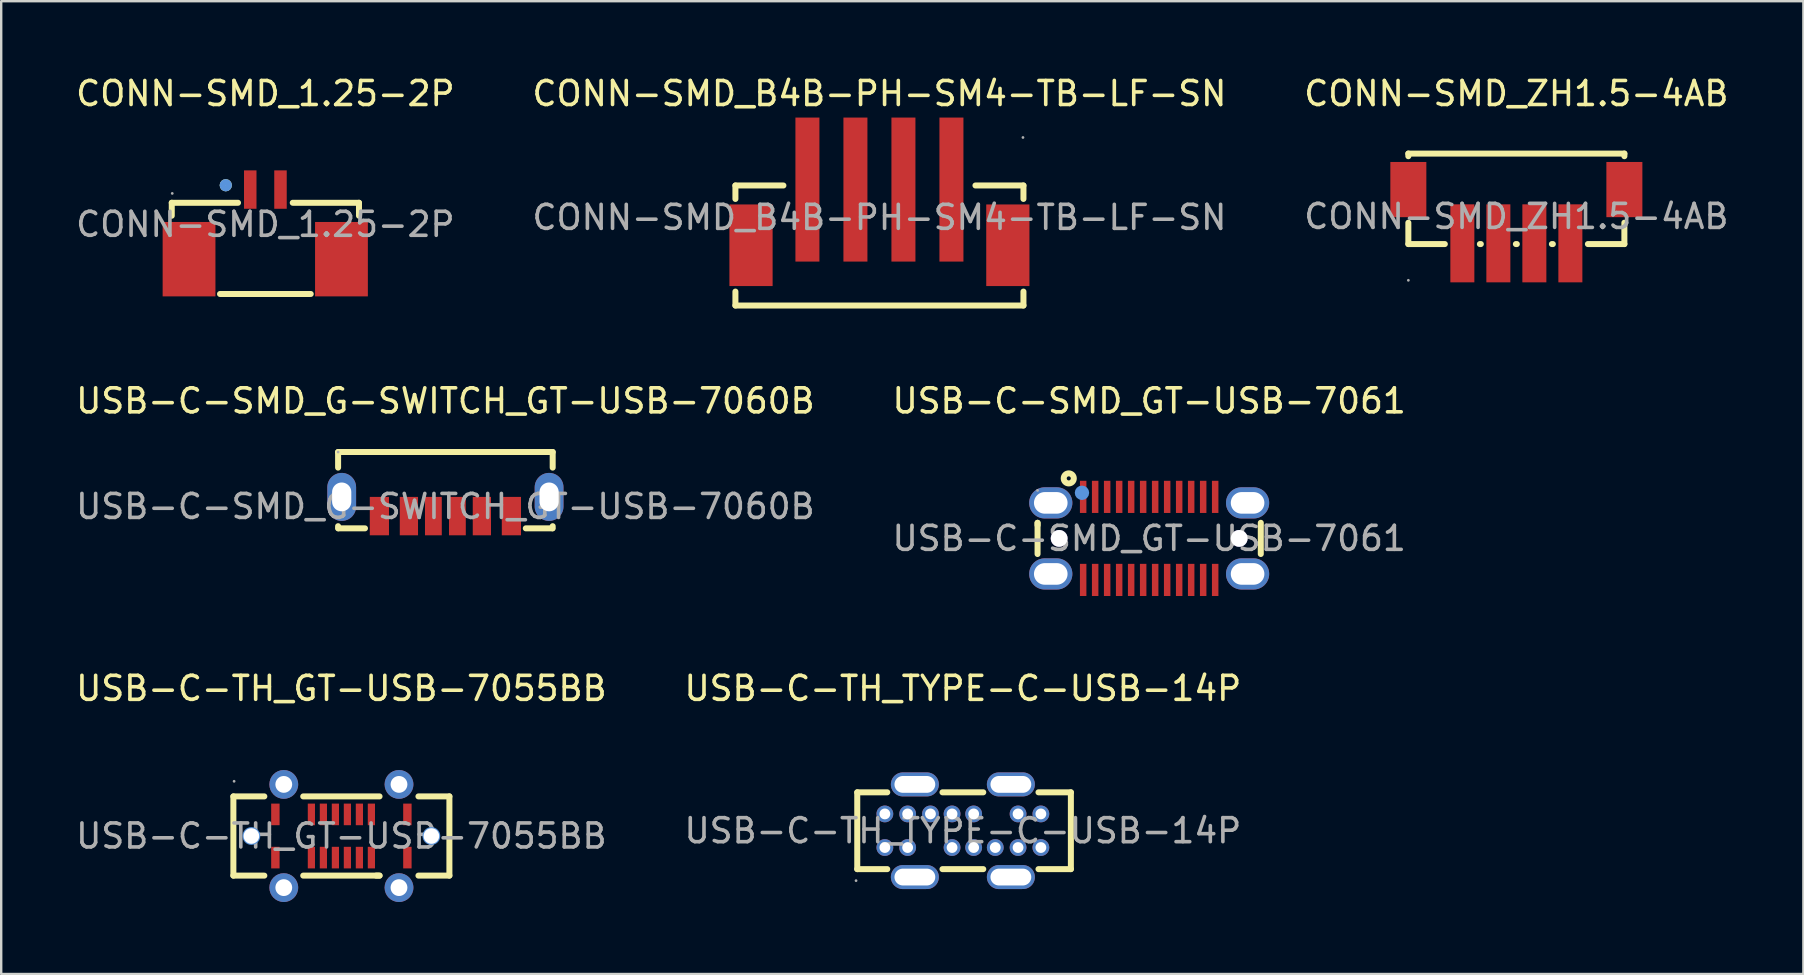
<source format=kicad_pcb>
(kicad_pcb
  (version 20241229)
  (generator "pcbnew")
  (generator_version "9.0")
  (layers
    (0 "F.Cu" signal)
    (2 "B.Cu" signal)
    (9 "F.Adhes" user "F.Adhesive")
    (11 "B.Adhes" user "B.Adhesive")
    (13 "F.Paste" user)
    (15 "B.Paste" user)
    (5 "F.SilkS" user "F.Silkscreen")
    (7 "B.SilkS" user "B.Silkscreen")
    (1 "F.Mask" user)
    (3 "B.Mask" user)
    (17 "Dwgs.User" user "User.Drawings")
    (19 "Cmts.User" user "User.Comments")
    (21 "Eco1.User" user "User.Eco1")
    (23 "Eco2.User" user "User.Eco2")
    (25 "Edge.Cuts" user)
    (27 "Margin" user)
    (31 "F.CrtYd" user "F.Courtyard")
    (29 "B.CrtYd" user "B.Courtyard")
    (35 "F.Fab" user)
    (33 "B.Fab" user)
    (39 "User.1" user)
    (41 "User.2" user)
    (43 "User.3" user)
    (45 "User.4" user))
  (footprint "USB-C-SMD_G-SWITCH_GT-USB-7060B"
    (layer "F.Cu")
    (at 15.506 18.052)
    (property "Reference" "USB-C-SMD_G-SWITCH_GT-USB-7060B" (at 0 -4.4 0) (layer "F.SilkS") (effects (font (size 1 1) (thickness 0.15))))
    (attr smd)
    (fp_line (start -4.47 -2.27) (end -4.47 -1.62) (stroke (width 0.25) (type solid)) (layer "F.SilkS"))
    (fp_line (start -4.47 -2.27) (end 4.47 -2.27) (stroke (width 0.25) (type solid)) (layer "F.SilkS"))
    (fp_line (start -4.47 0.82) (end -4.47 0.91) (stroke (width 0.25) (type solid)) (layer "F.SilkS"))
    (fp_line (start -3.35 0.91) (end -4.45 0.91) (stroke (width 0.25) (type solid)) (layer "F.SilkS"))
    (fp_line (start 4.45 0.91) (end 3.35 0.91) (stroke (width 0.25) (type solid)) (layer "F.SilkS"))
    (fp_line (start 4.47 -2.27) (end 4.47 -1.62) (stroke (width 0.25) (type solid)) (layer "F.SilkS"))
    (fp_line (start 4.47 0.82) (end 4.47 0.91) (stroke (width 0.25) (type solid)) (layer "F.SilkS"))
    (fp_circle (center -4.47 -2.27) (end -4.44 -2.27) (stroke (width 0.06) (type solid)) (fill no) (layer "F.Fab"))
    (fp_text user "${REFERENCE}" (at 0 0 0) (layer "F.Fab") (effects (font (size 1 1) (thickness 0.15))))
    (pad "7" thru_hole oval (at -4.32 -0.4) (size 1.2 2) (drill oval 0.8 1.2) (layers "*.Cu" "*.Mask"))
    (pad "8" thru_hole oval (at 4.32 -0.4) (size 1.2 2) (drill oval 0.8 1.2) (layers "*.Cu" "*.Mask"))
    (pad "A5" smd rect (at -0.5 0.4) (size 0.7 1.6) (layers "F.Cu" "F.Mask" "F.Paste"))
    (pad "A9" smd rect (at 1.52 0.4) (size 0.76 1.6) (layers "F.Cu" "F.Mask" "F.Paste"))
    (pad "A12" smd rect (at 2.75 0.4) (size 0.8 1.6) (layers "F.Cu" "F.Mask" "F.Paste"))
    (pad "B5" smd rect (at 0.5 0.4) (size 0.7 1.6) (layers "F.Cu" "F.Mask" "F.Paste"))
    (pad "B9" smd rect (at -1.52 0.4) (size 0.76 1.6) (layers "F.Cu" "F.Mask" "F.Paste"))
    (pad "B12" smd rect (at -2.75 0.4) (size 0.8 1.6) (layers "F.Cu" "F.Mask" "F.Paste")))
  (footprint "USB-C-SMD_GT-USB-7061"
    (layer "F.Cu")
    (at 44.827 19.381)
    (property "Reference" "USB-C-SMD_GT-USB-7061" (at 0 -5.73 0) (layer "F.SilkS") (effects (font (size 1 1) (thickness 0.15))))
    (attr smd)
    (fp_line (start -4.65 -0.65) (end -4.65 0.65) (stroke (width 0.25) (type solid)) (layer "F.SilkS"))
    (fp_line (start -4.65 -0.55) (end -4.65 -0.65) (stroke (width 0.25) (type solid)) (layer "F.SilkS"))
    (fp_line (start 4.65 0.65) (end 4.65 -0.65) (stroke (width 0.25) (type solid)) (layer "F.SilkS"))
    (fp_circle (center -3.35 -2.5) (end -3.14 -2.5) (stroke (width 0.25) (type solid)) (fill no) (layer "F.SilkS"))
    (fp_circle (center -3.75 0) (end -3.62 0) (stroke (width 0.26) (type solid)) (fill no) (layer "Cmts.User"))
    (fp_circle (center -2.8 -1.9) (end -2.65 -1.9) (stroke (width 0.3) (type solid)) (fill no) (layer "Cmts.User"))
    (fp_circle (center 3.75 0) (end 3.88 0) (stroke (width 0.26) (type solid)) (fill no) (layer "Cmts.User"))
    (fp_circle (center -4.65 -2) (end -4.62 -2) (stroke (width 0.06) (type solid)) (fill no) (layer "F.Fab"))
    (fp_text user "${REFERENCE}" (at 0 0 0) (layer "F.Fab") (effects (font (size 1 1) (thickness 0.15))))
    (pad "" thru_hole circle (at -3.75 0) (size 0.7 0.7) (drill 0.7) (layers "*.Cu" "*.Mask"))
    (pad "" thru_hole circle (at 3.75 0) (size 0.7 0.7) (drill 0.7) (layers "*.Cu" "*.Mask"))
    (pad "25" thru_hole oval (at 4.1 1.48 90) (size 1.3 1.8) (drill oval 0.9 1.4) (layers "*.Cu" "*.Mask"))
    (pad "26" thru_hole oval (at 4.1 -1.48 90) (size 1.3 1.8) (drill oval 0.9 1.4) (layers "*.Cu" "*.Mask"))
    (pad "27" thru_hole oval (at -4.1 -1.48 90) (size 1.3 1.8) (drill oval 0.9 1.4) (layers "*.Cu" "*.Mask"))
    (pad "28" thru_hole oval (at -4.1 1.48 90) (size 1.3 1.8) (drill oval 0.9 1.4) (layers "*.Cu" "*.Mask"))
    (pad "A1" smd rect (at -2.75 -1.73) (size 0.27 1.34) (layers "F.Cu" "F.Mask" "F.Paste"))
    (pad "A2" smd rect (at -2.25 -1.73) (size 0.27 1.34) (layers "F.Cu" "F.Mask" "F.Paste"))
    (pad "A3" smd rect (at -1.75 -1.73) (size 0.27 1.34) (layers "F.Cu" "F.Mask" "F.Paste"))
    (pad "A4" smd rect (at -1.25 -1.73) (size 0.27 1.34) (layers "F.Cu" "F.Mask" "F.Paste"))
    (pad "A5" smd rect (at -0.75 -1.73) (size 0.27 1.34) (layers "F.Cu" "F.Mask" "F.Paste"))
    (pad "A6" smd rect (at -0.25 -1.73) (size 0.27 1.34) (layers "F.Cu" "F.Mask" "F.Paste"))
    (pad "A7" smd rect (at 0.25 -1.73) (size 0.27 1.34) (layers "F.Cu" "F.Mask" "F.Paste"))
    (pad "A8" smd rect (at 0.75 -1.73) (size 0.27 1.34) (layers "F.Cu" "F.Mask" "F.Paste"))
    (pad "A9" smd rect (at 1.25 -1.73) (size 0.27 1.34) (layers "F.Cu" "F.Mask" "F.Paste"))
    (pad "A10" smd rect (at 1.75 -1.73) (size 0.27 1.34) (layers "F.Cu" "F.Mask" "F.Paste"))
    (pad "A11" smd rect (at 2.25 -1.73) (size 0.27 1.34) (layers "F.Cu" "F.Mask" "F.Paste"))
    (pad "A12" smd rect (at 2.75 -1.73) (size 0.27 1.34) (layers "F.Cu" "F.Mask" "F.Paste"))
    (pad "B1" smd rect (at 2.75 1.73) (size 0.27 1.34) (layers "F.Cu" "F.Mask" "F.Paste"))
    (pad "B2" smd rect (at 2.25 1.73) (size 0.27 1.34) (layers "F.Cu" "F.Mask" "F.Paste"))
    (pad "B3" smd rect (at 1.75 1.73) (size 0.27 1.34) (layers "F.Cu" "F.Mask" "F.Paste"))
    (pad "B4" smd rect (at 1.25 1.73) (size 0.27 1.34) (layers "F.Cu" "F.Mask" "F.Paste"))
    (pad "B5" smd rect (at 0.75 1.73) (size 0.27 1.34) (layers "F.Cu" "F.Mask" "F.Paste"))
    (pad "B6" smd rect (at 0.25 1.73) (size 0.27 1.34) (layers "F.Cu" "F.Mask" "F.Paste"))
    (pad "B7" smd rect (at -0.25 1.73) (size 0.27 1.34) (layers "F.Cu" "F.Mask" "F.Paste"))
    (pad "B8" smd rect (at -0.75 1.73) (size 0.27 1.34) (layers "F.Cu" "F.Mask" "F.Paste"))
    (pad "B9" smd rect (at -1.25 1.73) (size 0.27 1.34) (layers "F.Cu" "F.Mask" "F.Paste"))
    (pad "B10" smd rect (at -1.75 1.73) (size 0.27 1.34) (layers "F.Cu" "F.Mask" "F.Paste"))
    (pad "B11" smd rect (at -2.25 1.73) (size 0.27 1.34) (layers "F.Cu" "F.Mask" "F.Paste"))
    (pad "B12" smd rect (at -2.75 1.73) (size 0.27 1.34) (layers "F.Cu" "F.Mask" "F.Paste")))
  (footprint "CONN-SMD_ZH1.5-4AB"
    (layer "F.Cu")
    (at 60.125 5.968)
    (property "Reference" "CONN-SMD_ZH1.5-4AB" (at 0 -5.12 0) (layer "F.SilkS") (effects (font (size 1 1) (thickness 0.15))))
    (attr smd)
    (fp_line (start -4.5 -2.62) (end -4.5 -2.51) (stroke (width 0.25) (type solid)) (layer "F.SilkS"))
    (fp_line (start -4.5 -2.62) (end 4.5 -2.62) (stroke (width 0.25) (type solid)) (layer "F.SilkS"))
    (fp_line (start -4.5 0.26) (end -4.5 1.15) (stroke (width 0.25) (type solid)) (layer "F.SilkS"))
    (fp_line (start -4.5 1.15) (end -2.98 1.15) (stroke (width 0.25) (type solid)) (layer "F.SilkS"))
    (fp_line (start -1.52 1.15) (end -1.48 1.15) (stroke (width 0.25) (type solid)) (layer "F.SilkS"))
    (fp_line (start -0.02 1.15) (end 0.02 1.15) (stroke (width 0.25) (type solid)) (layer "F.SilkS"))
    (fp_line (start 1.48 1.15) (end 1.52 1.15) (stroke (width 0.25) (type solid)) (layer "F.SilkS"))
    (fp_line (start 2.98 1.15) (end 4.5 1.15) (stroke (width 0.25) (type solid)) (layer "F.SilkS"))
    (fp_line (start 4.5 -2.62) (end 4.5 -2.51) (stroke (width 0.25) (type solid)) (layer "F.SilkS"))
    (fp_line (start 4.5 0.26) (end 4.5 1.15) (stroke (width 0.25) (type solid)) (layer "F.SilkS"))
    (fp_circle (center -4.5 2.66) (end -4.47 2.66) (stroke (width 0.06) (type solid)) (fill no) (layer "F.Fab"))
    (fp_text user "${REFERENCE}" (at 0 0 0) (layer "F.Fab") (effects (font (size 1 1) (thickness 0.15))))
    (pad "1" smd rect (at -2.25 1.12) (size 1 3.25) (layers "F.Cu" "F.Mask" "F.Paste"))
    (pad "2" smd rect (at -0.75 1.12) (size 1 3.25) (layers "F.Cu" "F.Mask" "F.Paste"))
    (pad "3" smd rect (at 0.75 1.12) (size 1 3.25) (layers "F.Cu" "F.Mask" "F.Paste"))
    (pad "4" smd rect (at 2.25 1.12) (size 1 3.25) (layers "F.Cu" "F.Mask" "F.Paste"))
    (pad "5" smd rect (at -4.5 -1.12) (size 1.5 2.3) (layers "F.Cu" "F.Mask" "F.Paste"))
    (pad "6" smd rect (at 4.5 -1.12) (size 1.5 2.3) (layers "F.Cu" "F.Mask" "F.Paste")))
  (footprint "CONN-SMD_B4B-PH-SM4-TB-LF-SN"
    (layer "F.Cu")
    (at 33.589 6.008)
    (property "Reference" "CONN-SMD_B4B-PH-SM4-TB-LF-SN" (at 0 -5.16 0) (layer "F.SilkS") (effects (font (size 1 1) (thickness 0.15))))
    (attr smd)
    (fp_line (start -6 -1.33) (end -6 -0.77) (stroke (width 0.25) (type solid)) (layer "F.SilkS"))
    (fp_line (start -6 -1.33) (end -4 -1.33) (stroke (width 0.25) (type solid)) (layer "F.SilkS"))
    (fp_line (start -6 3.67) (end -6 3.09) (stroke (width 0.25) (type solid)) (layer "F.SilkS"))
    (fp_line (start 4 -1.33) (end 6 -1.33) (stroke (width 0.25) (type solid)) (layer "F.SilkS"))
    (fp_line (start 6 -1.33) (end 6 -0.77) (stroke (width 0.25) (type solid)) (layer "F.SilkS"))
    (fp_line (start 6 3.09) (end 6 3.67) (stroke (width 0.25) (type solid)) (layer "F.SilkS"))
    (fp_line (start 6 3.67) (end -6 3.67) (stroke (width 0.25) (type solid)) (layer "F.SilkS"))
    (fp_circle (center 5.98 -3.33) (end 6.01 -3.33) (stroke (width 0.06) (type solid)) (fill no) (layer "F.Fab"))
    (fp_text user "${REFERENCE}" (at 0 0 0) (layer "F.Fab") (effects (font (size 1 1) (thickness 0.15))))
    (pad "1" smd rect (at 3 -1.16 180) (size 1 6) (layers "F.Cu" "F.Mask" "F.Paste"))
    (pad "2" smd rect (at 1 -1.16 180) (size 1 6) (layers "F.Cu" "F.Mask" "F.Paste"))
    (pad "3" smd rect (at -1 -1.16 180) (size 1 6) (layers "F.Cu" "F.Mask" "F.Paste"))
    (pad "4" smd rect (at -3 -1.16 180) (size 1 6) (layers "F.Cu" "F.Mask" "F.Paste"))
    (pad "5" smd rect (at -5.35 1.16) (size 1.8 3.4) (layers "F.Cu" "F.Mask" "F.Paste"))
    (pad "6" smd rect (at 5.35 1.16) (size 1.8 3.4) (layers "F.Cu" "F.Mask" "F.Paste")))
  (footprint "USB-C-TH_TYPE-C-USB-14P"
    (layer "F.Cu")
    (at 37.065 31.56)
    (property "Reference" "USB-C-TH_TYPE-C-USB-14P" (at 0 -5.93 0) (layer "F.SilkS") (effects (font (size 1 1) (thickness 0.15))))
    (attr through_hole)
    (fp_line (start -4.4 -1.6) (end -3.15 -1.6) (stroke (width 0.25) (type solid)) (layer "F.SilkS"))
    (fp_line (start -4.4 1.6) (end -4.4 -1.6) (stroke (width 0.25) (type solid)) (layer "F.SilkS"))
    (fp_line (start -3.15 1.6) (end -4.4 1.6) (stroke (width 0.25) (type solid)) (layer "F.SilkS"))
    (fp_line (start -0.85 -1.6) (end 0.85 -1.6) (stroke (width 0.25) (type solid)) (layer "F.SilkS"))
    (fp_line (start 0.85 1.6) (end -0.85 1.6) (stroke (width 0.25) (type solid)) (layer "F.SilkS"))
    (fp_line (start 3.15 -1.6) (end 4.5 -1.6) (stroke (width 0.25) (type solid)) (layer "F.SilkS"))
    (fp_line (start 4.5 -1.6) (end 4.5 1.6) (stroke (width 0.25) (type solid)) (layer "F.SilkS"))
    (fp_line (start 4.5 1.6) (end 3.15 1.6) (stroke (width 0.25) (type solid)) (layer "F.SilkS"))
    (fp_circle (center -4.45 2.08) (end -4.42 2.08) (stroke (width 0.06) (type solid)) (fill no) (layer "F.Fab"))
    (fp_text user "${REFERENCE}" (at 0 0 0) (layer "F.Fab") (effects (font (size 1 1) (thickness 0.15))))
    (pad "0" thru_hole oval (at -2 -1.93 90) (size 1 2) (drill oval 0.7 1.7) (layers "*.Cu" "*.Mask"))
    (pad "0" thru_hole oval (at -2 1.93 90) (size 1 2) (drill oval 0.7 1.7) (layers "*.Cu" "*.Mask"))
    (pad "0" thru_hole oval (at 2 -1.93 90) (size 1 2) (drill oval 0.7 1.7) (layers "*.Cu" "*.Mask"))
    (pad "0" thru_hole oval (at 2 1.93 90) (size 1 2) (drill oval 0.7 1.7) (layers "*.Cu" "*.Mask"))
    (pad "1" thru_hole circle (at -3.25 0.7) (size 0.7 0.7) (drill 0.45) (layers "*.Cu" "*.Mask"))
    (pad "2" thru_hole circle (at -2.3 0.7) (size 0.7 0.7) (drill 0.45) (layers "*.Cu" "*.Mask"))
    (pad "3" thru_hole circle (at -0.45 0.7) (size 0.7 0.7) (drill 0.45) (layers "*.Cu" "*.Mask"))
    (pad "4" thru_hole circle (at 0.45 0.7) (size 0.7 0.7) (drill 0.45) (layers "*.Cu" "*.Mask"))
    (pad "5" thru_hole circle (at 1.35 0.7) (size 0.7 0.7) (drill 0.45) (layers "*.Cu" "*.Mask"))
    (pad "6" thru_hole circle (at 2.3 0.7) (size 0.7 0.7) (drill 0.45) (layers "*.Cu" "*.Mask"))
    (pad "7" thru_hole circle (at 3.25 0.7) (size 0.7 0.7) (drill 0.45) (layers "*.Cu" "*.Mask"))
    (pad "8" thru_hole circle (at 3.25 -0.7) (size 0.7 0.7) (drill 0.45) (layers "*.Cu" "*.Mask"))
    (pad "9" thru_hole circle (at 2.3 -0.7) (size 0.7 0.7) (drill 0.45) (layers "*.Cu" "*.Mask"))
    (pad "10" thru_hole circle (at 0.45 -0.7) (size 0.7 0.7) (drill 0.45) (layers "*.Cu" "*.Mask"))
    (pad "11" thru_hole circle (at -0.45 -0.7) (size 0.7 0.7) (drill 0.45) (layers "*.Cu" "*.Mask"))
    (pad "12" thru_hole circle (at -1.35 -0.7) (size 0.7 0.7) (drill 0.45) (layers "*.Cu" "*.Mask"))
    (pad "13" thru_hole circle (at -2.3 -0.7) (size 0.7 0.7) (drill 0.45) (layers "*.Cu" "*.Mask"))
    (pad "14" thru_hole circle (at -3.25 -0.7) (size 0.7 0.7) (drill 0.45) (layers "*.Cu" "*.Mask")))
  (footprint "CONN-SMD_1.25-2P"
    (layer "F.Cu")
    (at 8.006 6.298)
    (property "Reference" "CONN-SMD_1.25-2P" (at 0 -5.45 0) (layer "F.SilkS") (effects (font (size 1 1) (thickness 0.15))))
    (attr smd)
    (fp_line (start -3.9 -0.9) (end -1.14 -0.9) (stroke (width 0.25) (type solid)) (layer "F.SilkS"))
    (fp_line (start -3.9 -0.36) (end -3.9 -0.9) (stroke (width 0.25) (type solid)) (layer "F.SilkS"))
    (fp_line (start -1.89 2.9) (end 1.89 2.9) (stroke (width 0.25) (type solid)) (layer "F.SilkS"))
    (fp_line (start 3.9 -0.9) (end 1.14 -0.9) (stroke (width 0.25) (type solid)) (layer "F.SilkS"))
    (fp_line (start 3.9 -0.36) (end 3.9 -0.9) (stroke (width 0.25) (type solid)) (layer "F.SilkS"))
    (fp_circle (center -1.65 -1.63) (end -1.52 -1.63) (stroke (width 0.25) (type solid)) (fill no) (layer "F.SilkS"))
    (fp_circle (center -1.65 -1.63) (end -1.52 -1.63) (stroke (width 0.25) (type solid)) (fill no) (layer "Cmts.User"))
    (fp_circle (center -3.88 -1.29) (end -3.85 -1.29) (stroke (width 0.06) (type solid)) (fill no) (layer "F.Fab"))
    (fp_text user "${REFERENCE}" (at 0 0 0) (layer "F.Fab") (effects (font (size 1 1) (thickness 0.15))))
    (pad "1" smd rect (at -0.63 -1.45 90) (size 1.6 0.52) (layers "F.Cu" "F.Mask" "F.Paste"))
    (pad "2" smd rect (at 0.63 -1.45 90) (size 1.6 0.52) (layers "F.Cu" "F.Mask" "F.Paste"))
    (pad "3" smd rect (at 3.17 1.45 180) (size 2.2 3.1) (layers "F.Cu" "F.Mask" "F.Paste"))
    (pad "4" smd rect (at -3.18 1.45 180) (size 2.2 3.1) (layers "F.Cu" "F.Mask" "F.Paste")))
  (footprint "USB-C-TH_GT-USB-7055BB"
    (layer "F.Cu")
    (at 11.173 31.78)
    (property "Reference" "USB-C-TH_GT-USB-7055BB" (at 0 -6.15 0) (layer "F.SilkS") (effects (font (size 1 1) (thickness 0.15))))
    (attr through_hole)
    (fp_line (start -4.5 -1.65) (end -3.21 -1.65) (stroke (width 0.25) (type solid)) (layer "F.SilkS"))
    (fp_line (start -4.5 1.65) (end -4.5 -1.65) (stroke (width 0.25) (type solid)) (layer "F.SilkS"))
    (fp_line (start -3.21 1.65) (end -4.5 1.65) (stroke (width 0.25) (type solid)) (layer "F.SilkS"))
    (fp_line (start -1.59 -1.65) (end 1.59 -1.65) (stroke (width 0.25) (type solid)) (layer "F.SilkS"))
    (fp_line (start 1.59 1.65) (end -1.59 1.65) (stroke (width 0.25) (type solid)) (layer "F.SilkS"))
    (fp_line (start 1.59 1.65) (end 1.45 1.65) (stroke (width 0.25) (type solid)) (layer "F.SilkS"))
    (fp_line (start 3.21 -1.65) (end 4.5 -1.65) (stroke (width 0.25) (type solid)) (layer "F.SilkS"))
    (fp_line (start 4.5 -1.65) (end 4.5 1.65) (stroke (width 0.25) (type solid)) (layer "F.SilkS"))
    (fp_line (start 4.5 1.65) (end 3.21 1.65) (stroke (width 0.25) (type solid)) (layer "F.SilkS"))
    (fp_circle (center -3.75 0) (end -3.63 0) (stroke (width 0.25) (type solid)) (fill no) (layer "Cmts.User"))
    (fp_circle (center 3.75 0) (end 3.87 0) (stroke (width 0.25) (type solid)) (fill no) (layer "Cmts.User"))
    (fp_circle (center -4.47 -2.28) (end -4.44 -2.28) (stroke (width 0.06) (type solid)) (fill no) (layer "F.Fab"))
    (fp_text user "${REFERENCE}" (at 0 0 0) (layer "F.Fab") (effects (font (size 1 1) (thickness 0.15))))
    (pad "" thru_hole circle (at -3.75 0) (size 0.65 0.65) (drill 0.65) (layers "*.Cu" "*.Mask"))
    (pad "" thru_hole circle (at 3.75 0) (size 0.65 0.65) (drill 0.65) (layers "*.Cu" "*.Mask"))
    (pad "17" thru_hole circle (at -2.4 -2.15) (size 1.2 1.2) (drill 0.7) (layers "*.Cu" "*.Mask"))
    (pad "17" thru_hole circle (at -2.4 2.15) (size 1.2 1.2) (drill 0.7) (layers "*.Cu" "*.Mask"))
    (pad "17" thru_hole circle (at 2.4 -2.15) (size 1.2 1.2) (drill 0.7) (layers "*.Cu" "*.Mask"))
    (pad "17" thru_hole circle (at 2.4 2.15) (size 1.2 1.2) (drill 0.7) (layers "*.Cu" "*.Mask"))
    (pad "A1" smd rect (at -2.75 -0.9) (size 0.35 0.9) (layers "F.Cu" "F.Mask" "F.Paste"))
    (pad "A4" smd rect (at -1.25 -0.9) (size 0.3 0.9) (layers "F.Cu" "F.Mask" "F.Paste"))
    (pad "A5" smd rect (at -0.75 -0.9) (size 0.3 0.9) (layers "F.Cu" "F.Mask" "F.Paste"))
    (pad "A6" smd rect (at -0.25 -0.9) (size 0.3 0.9) (layers "F.Cu" "F.Mask" "F.Paste"))
    (pad "A7" smd rect (at 0.25 -0.9) (size 0.3 0.9) (layers "F.Cu" "F.Mask" "F.Paste"))
    (pad "A8" smd rect (at 0.75 -0.9) (size 0.3 0.9) (layers "F.Cu" "F.Mask" "F.Paste"))
    (pad "A9" smd rect (at 1.25 -0.9) (size 0.3 0.9) (layers "F.Cu" "F.Mask" "F.Paste"))
    (pad "A12" smd rect (at 2.75 -0.9) (size 0.35 0.9) (layers "F.Cu" "F.Mask" "F.Paste"))
    (pad "B1" smd rect (at 2.75 0.9) (size 0.35 0.9) (layers "F.Cu" "F.Mask" "F.Paste"))
    (pad "B4" smd rect (at 1.25 0.9) (size 0.3 0.9) (layers "F.Cu" "F.Mask" "F.Paste"))
    (pad "B5" smd rect (at 0.75 0.9) (size 0.3 0.9) (layers "F.Cu" "F.Mask" "F.Paste"))
    (pad "B6" smd rect (at 0.25 0.9) (size 0.3 0.9) (layers "F.Cu" "F.Mask" "F.Paste"))
    (pad "B7" smd rect (at -0.25 0.9) (size 0.3 0.9) (layers "F.Cu" "F.Mask" "F.Paste"))
    (pad "B8" smd rect (at -0.75 0.9) (size 0.3 0.9) (layers "F.Cu" "F.Mask" "F.Paste"))
    (pad "B9" smd rect (at -1.25 0.9) (size 0.3 0.9) (layers "F.Cu" "F.Mask" "F.Paste"))
    (pad "B12" smd rect (at -2.75 0.9) (size 0.35 0.9) (layers "F.Cu" "F.Mask" "F.Paste")))
  (gr_rect
    (start -3 -3)
    (end 72.083 37.53)
    (stroke (width 0.1) (type default))
    (fill no)
    (layer "Edge.Cuts")))
</source>
